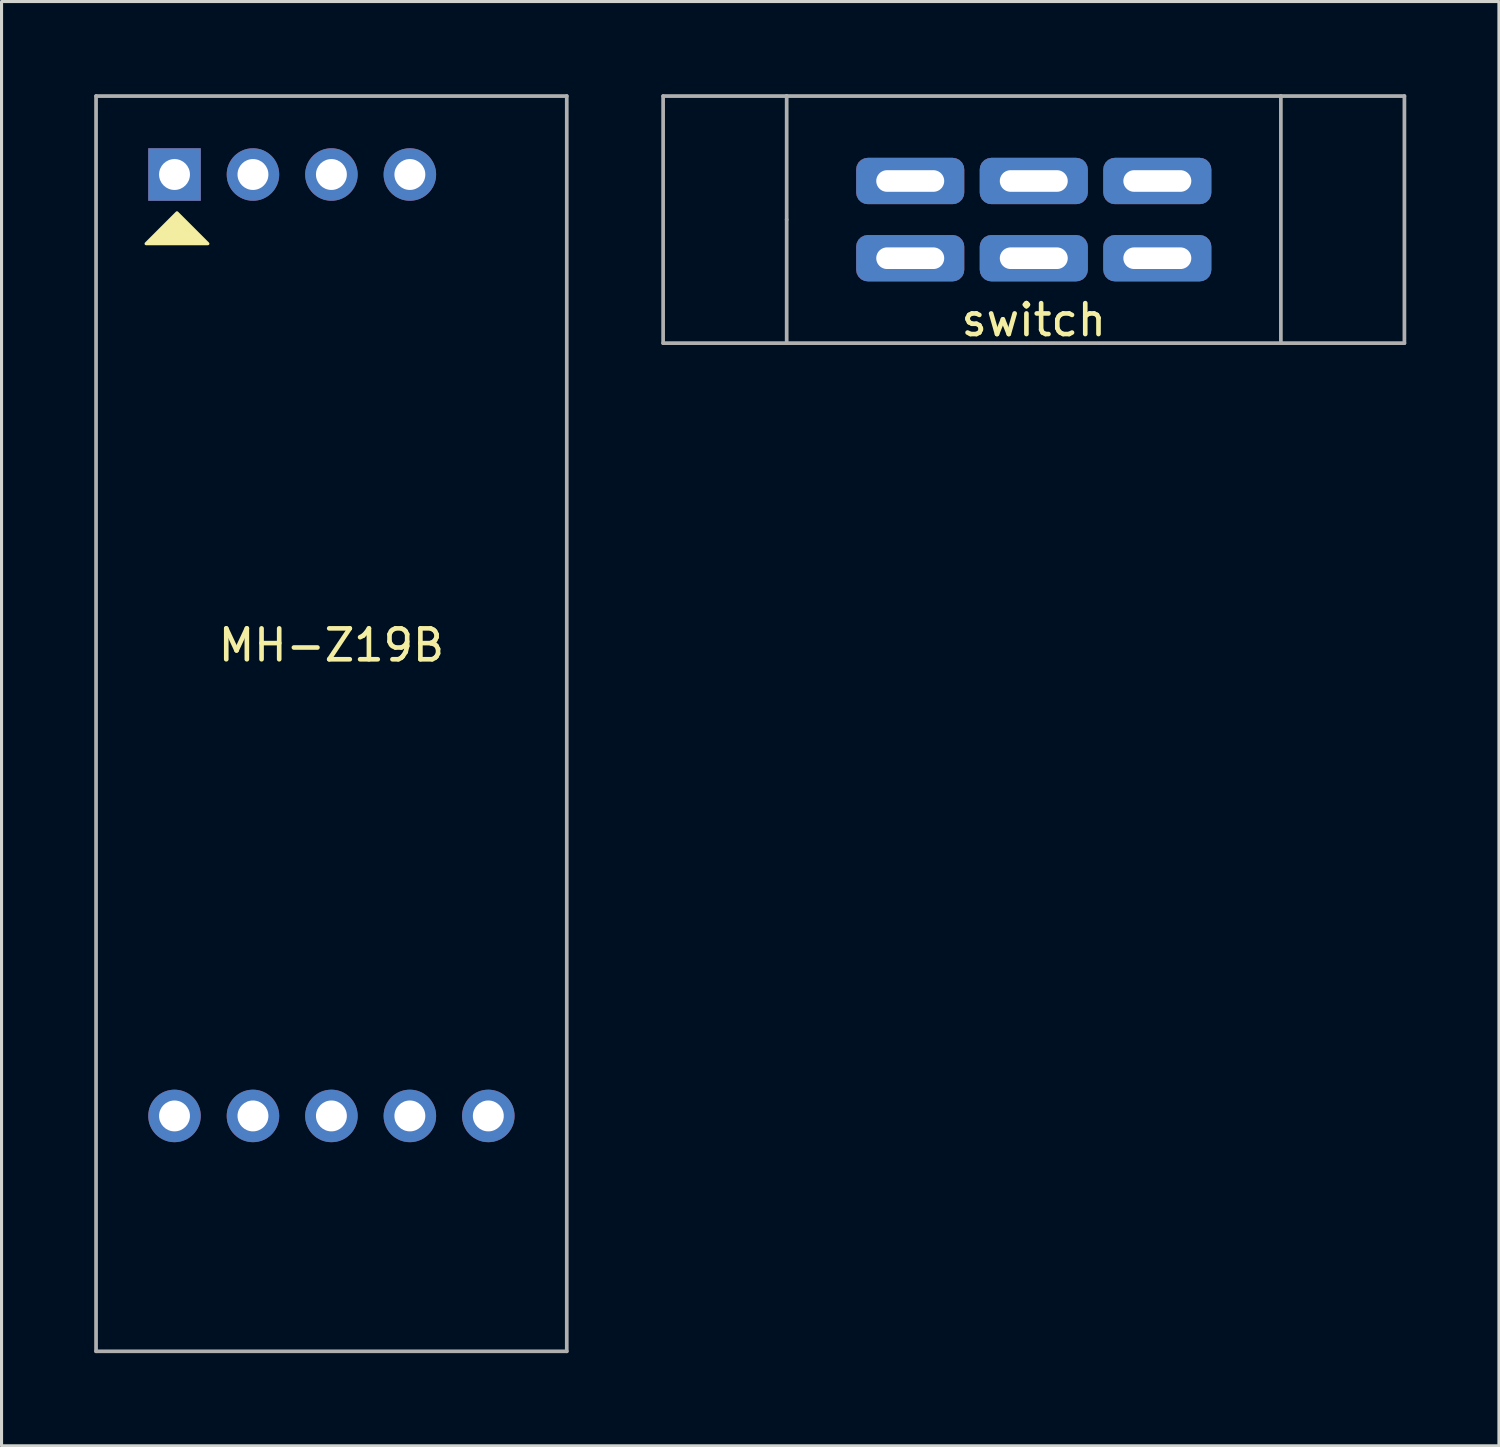
<source format=kicad_pcb>
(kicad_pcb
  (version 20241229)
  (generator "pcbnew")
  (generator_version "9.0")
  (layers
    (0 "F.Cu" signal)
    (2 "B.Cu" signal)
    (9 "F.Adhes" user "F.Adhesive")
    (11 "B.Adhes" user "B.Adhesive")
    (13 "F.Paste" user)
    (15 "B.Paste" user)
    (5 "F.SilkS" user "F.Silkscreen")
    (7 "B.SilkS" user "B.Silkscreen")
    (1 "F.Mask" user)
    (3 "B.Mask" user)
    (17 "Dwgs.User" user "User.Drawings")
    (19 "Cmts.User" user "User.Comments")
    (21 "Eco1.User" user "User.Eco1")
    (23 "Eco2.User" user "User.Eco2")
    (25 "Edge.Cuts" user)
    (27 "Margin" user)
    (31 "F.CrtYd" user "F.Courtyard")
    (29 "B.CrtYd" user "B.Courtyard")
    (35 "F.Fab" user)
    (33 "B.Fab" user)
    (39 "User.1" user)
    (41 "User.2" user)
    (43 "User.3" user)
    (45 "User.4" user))
  (footprint "MH-Z19B"
    (layer "F.Cu")
    (at 7.68 17.84)
    (property "Reference" "MH-Z19B" (at 0 0 0) (layer "F.SilkS") (effects (font (size 1 1) (thickness 0.15))))
    (attr through_hole)
    (fp_poly (pts (xy -4 -13) (xy -6 -13) (xy -5 -14)) (stroke (width 0.1) (type solid)) (fill yes) (layer "F.SilkS"))
    (fp_line (start -7.62 -17.78) (end -7.62 22.86) (stroke (width 0.12) (type solid)) (layer "F.Fab"))
    (fp_line (start -7.62 22.86) (end 7.62 22.86) (stroke (width 0.12) (type solid)) (layer "F.Fab"))
    (fp_line (start 7.62 -17.78) (end -7.62 -17.78) (stroke (width 0.12) (type solid)) (layer "F.Fab"))
    (fp_line (start 7.62 22.86) (end 7.62 -17.78) (stroke (width 0.12) (type solid)) (layer "F.Fab"))
    (pad "1" thru_hole rect (at -5.08 -15.24) (size 1.7 1.7) (drill 1) (layers "*.Cu" "*.Mask"))
    (pad "2" thru_hole circle (at -2.54 -15.24) (size 1.7 1.7) (drill 1) (layers "*.Cu" "*.Mask"))
    (pad "3" thru_hole circle (at 0 -15.24) (size 1.7 1.7) (drill 1) (layers "*.Cu" "*.Mask"))
    (pad "4" thru_hole circle (at 2.54 -15.24) (size 1.7 1.7) (drill 1) (layers "*.Cu" "*.Mask"))
    (pad "5" thru_hole circle (at 5.08 15.24) (size 1.7 1.7) (drill 1) (layers "*.Cu" "*.Mask"))
    (pad "6" thru_hole circle (at 2.54 15.24) (size 1.7 1.7) (drill 1) (layers "*.Cu" "*.Mask"))
    (pad "7" thru_hole circle (at 0 15.24) (size 1.7 1.7) (drill 1) (layers "*.Cu" "*.Mask"))
    (pad "8" thru_hole circle (at -2.54 15.24) (size 1.7 1.7) (drill 1) (layers "*.Cu" "*.Mask"))
    (pad "9" thru_hole circle (at -5.08 15.24) (size 1.7 1.7) (drill 1) (layers "*.Cu" "*.Mask")))
  (footprint "switch"
    (layer "F.Cu")
    (at 30.42 4.06)
    (property "Reference" "switch" (at 0 3.25 0) (layer "F.SilkS") (effects (font (size 1 1) (thickness 0.15))))
    (attr through_hole)
    (fp_line (start -12 -4) (end -12 4) (stroke (width 0.12) (type solid)) (layer "F.Fab"))
    (fp_line (start -12 4) (end -8 4) (stroke (width 0.12) (type solid)) (layer "F.Fab"))
    (fp_line (start -8 -4) (end -12 -4) (stroke (width 0.12) (type solid)) (layer "F.Fab"))
    (fp_line (start -8 -4) (end 8 -4) (stroke (width 0.12) (type solid)) (layer "F.Fab"))
    (fp_line (start -8 0) (end -8 -4) (stroke (width 0.12) (type solid)) (layer "F.Fab"))
    (fp_line (start -8 4) (end -8 0) (stroke (width 0.12) (type solid)) (layer "F.Fab"))
    (fp_line (start 8 -4) (end 8 4) (stroke (width 0.12) (type solid)) (layer "F.Fab"))
    (fp_line (start 8 4) (end -8 4) (stroke (width 0.12) (type solid)) (layer "F.Fab"))
    (fp_line (start 8 4) (end 12 4) (stroke (width 0.12) (type solid)) (layer "F.Fab"))
    (fp_line (start 12 -4) (end 8 -4) (stroke (width 0.12) (type solid)) (layer "F.Fab"))
    (fp_line (start 12 4) (end 12 -4) (stroke (width 0.12) (type solid)) (layer "F.Fab"))
    (pad "1" thru_hole roundrect (at -4 -1.25) (size 3.5 1.5) (drill oval 2.2 0.7) (layers "*.Cu" "*.Mask") (roundrect_rratio 0.25))
    (pad "1" thru_hole roundrect (at -4 1.25) (size 3.5 1.5) (drill oval 2.2 0.7) (layers "*.Cu" "*.Mask") (roundrect_rratio 0.25))
    (pad "2" thru_hole roundrect (at 0 -1.25) (size 3.5 1.5) (drill oval 2.2 0.7) (layers "*.Cu" "*.Mask") (roundrect_rratio 0.25))
    (pad "2" thru_hole roundrect (at 0 1.25) (size 3.5 1.5) (drill oval 2.2 0.7) (layers "*.Cu" "*.Mask") (roundrect_rratio 0.25))
    (pad "3" thru_hole roundrect (at 4 -1.25) (size 3.5 1.5) (drill oval 2.2 0.7) (layers "*.Cu" "*.Mask") (roundrect_rratio 0.25))
    (pad "3" thru_hole roundrect (at 4 1.25) (size 3.5 1.5) (drill oval 2.2 0.7) (layers "*.Cu" "*.Mask") (roundrect_rratio 0.25)))
  (gr_rect
    (start -3 -3)
    (end 45.48 43.76)
    (stroke (width 0.1) (type default))
    (fill no)
    (layer "Edge.Cuts")))
</source>
